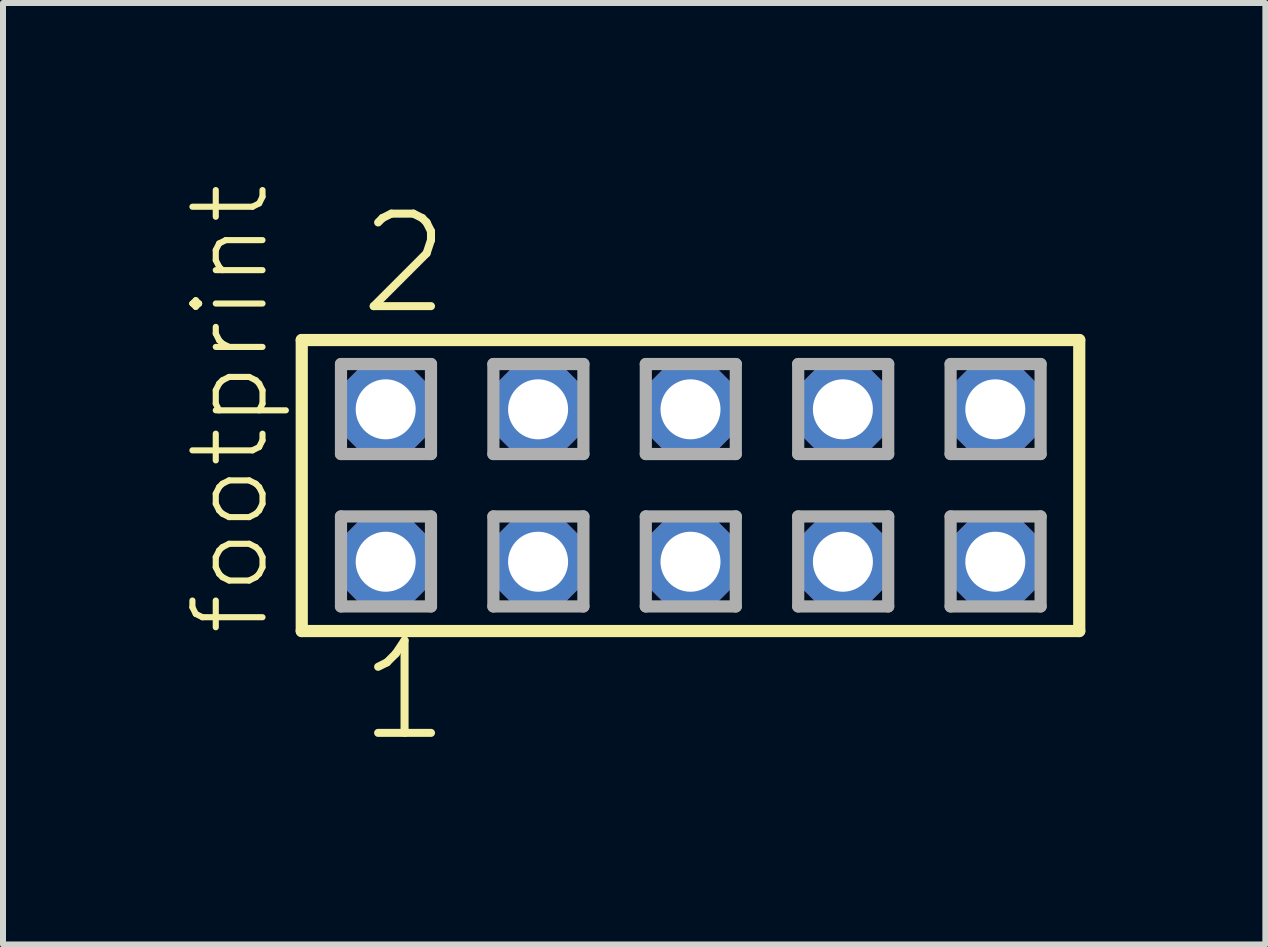
<source format=kicad_pcb>
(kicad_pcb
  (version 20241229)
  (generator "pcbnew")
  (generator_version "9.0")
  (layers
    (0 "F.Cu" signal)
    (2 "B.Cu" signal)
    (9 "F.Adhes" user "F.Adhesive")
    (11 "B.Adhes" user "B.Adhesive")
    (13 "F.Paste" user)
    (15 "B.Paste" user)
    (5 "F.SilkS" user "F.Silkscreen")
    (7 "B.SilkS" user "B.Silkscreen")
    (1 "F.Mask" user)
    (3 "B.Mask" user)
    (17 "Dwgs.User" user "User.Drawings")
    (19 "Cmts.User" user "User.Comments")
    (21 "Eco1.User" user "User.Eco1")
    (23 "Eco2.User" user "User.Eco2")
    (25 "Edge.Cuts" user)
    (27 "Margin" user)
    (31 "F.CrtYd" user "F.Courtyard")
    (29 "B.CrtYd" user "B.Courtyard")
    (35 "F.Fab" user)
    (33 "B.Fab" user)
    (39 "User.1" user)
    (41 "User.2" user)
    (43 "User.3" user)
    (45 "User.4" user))
  (footprint "footprint"
    (layer "F.Cu")
    (at 8.458 5.042)
    (property "Reference" "footprint" (at -6.985 2.54 90) (layer "F.SilkS") (effects (font (size 1.168 1.168) (thickness 0.102)) (justify left bottom)))
    (fp_line (start -6.479 -2.425) (end 6.479 -2.425) (stroke (width 0.203) (type solid)) (layer "F.SilkS"))
    (fp_line (start -6.479 2.425) (end -6.479 -2.425) (stroke (width 0.203) (type solid)) (layer "F.SilkS"))
    (fp_line (start 6.479 -2.425) (end 6.479 2.425) (stroke (width 0.203) (type solid)) (layer "F.SilkS"))
    (fp_line (start 6.479 2.425) (end -6.479 2.425) (stroke (width 0.203) (type solid)) (layer "F.SilkS"))
    (fp_line (start -5.825 -2.025) (end -4.325 -2.025) (stroke (width 0.203) (type solid)) (layer "F.Fab"))
    (fp_line (start -5.825 -0.525) (end -5.825 -2.025) (stroke (width 0.203) (type solid)) (layer "F.Fab"))
    (fp_line (start -5.825 0.515) (end -4.325 0.515) (stroke (width 0.203) (type solid)) (layer "F.Fab"))
    (fp_line (start -5.825 2.015) (end -5.825 0.515) (stroke (width 0.203) (type solid)) (layer "F.Fab"))
    (fp_line (start -4.325 -2.025) (end -4.325 -0.525) (stroke (width 0.203) (type solid)) (layer "F.Fab"))
    (fp_line (start -4.325 -0.525) (end -5.825 -0.525) (stroke (width 0.203) (type solid)) (layer "F.Fab"))
    (fp_line (start -4.325 0.515) (end -4.325 2.015) (stroke (width 0.203) (type solid)) (layer "F.Fab"))
    (fp_line (start -4.325 2.015) (end -5.825 2.015) (stroke (width 0.203) (type solid)) (layer "F.Fab"))
    (fp_line (start -3.285 -2.025) (end -1.785 -2.025) (stroke (width 0.203) (type solid)) (layer "F.Fab"))
    (fp_line (start -3.285 -0.525) (end -3.285 -2.025) (stroke (width 0.203) (type solid)) (layer "F.Fab"))
    (fp_line (start -3.285 0.515) (end -1.785 0.515) (stroke (width 0.203) (type solid)) (layer "F.Fab"))
    (fp_line (start -3.285 2.015) (end -3.285 0.515) (stroke (width 0.203) (type solid)) (layer "F.Fab"))
    (fp_line (start -1.785 -2.025) (end -1.785 -0.525) (stroke (width 0.203) (type solid)) (layer "F.Fab"))
    (fp_line (start -1.785 -0.525) (end -3.285 -0.525) (stroke (width 0.203) (type solid)) (layer "F.Fab"))
    (fp_line (start -1.785 0.515) (end -1.785 2.015) (stroke (width 0.203) (type solid)) (layer "F.Fab"))
    (fp_line (start -1.785 2.015) (end -3.285 2.015) (stroke (width 0.203) (type solid)) (layer "F.Fab"))
    (fp_line (start -0.745 -2.025) (end 0.755 -2.025) (stroke (width 0.203) (type solid)) (layer "F.Fab"))
    (fp_line (start -0.745 -0.525) (end -0.745 -2.025) (stroke (width 0.203) (type solid)) (layer "F.Fab"))
    (fp_line (start -0.745 0.515) (end 0.755 0.515) (stroke (width 0.203) (type solid)) (layer "F.Fab"))
    (fp_line (start -0.745 2.015) (end -0.745 0.515) (stroke (width 0.203) (type solid)) (layer "F.Fab"))
    (fp_line (start 0.755 -2.025) (end 0.755 -0.525) (stroke (width 0.203) (type solid)) (layer "F.Fab"))
    (fp_line (start 0.755 -0.525) (end -0.745 -0.525) (stroke (width 0.203) (type solid)) (layer "F.Fab"))
    (fp_line (start 0.755 0.515) (end 0.755 2.015) (stroke (width 0.203) (type solid)) (layer "F.Fab"))
    (fp_line (start 0.755 2.015) (end -0.745 2.015) (stroke (width 0.203) (type solid)) (layer "F.Fab"))
    (fp_line (start 1.795 -2.025) (end 3.295 -2.025) (stroke (width 0.203) (type solid)) (layer "F.Fab"))
    (fp_line (start 1.795 -0.525) (end 1.795 -2.025) (stroke (width 0.203) (type solid)) (layer "F.Fab"))
    (fp_line (start 1.795 0.515) (end 3.295 0.515) (stroke (width 0.203) (type solid)) (layer "F.Fab"))
    (fp_line (start 1.795 2.015) (end 1.795 0.515) (stroke (width 0.203) (type solid)) (layer "F.Fab"))
    (fp_line (start 3.295 -2.025) (end 3.295 -0.525) (stroke (width 0.203) (type solid)) (layer "F.Fab"))
    (fp_line (start 3.295 -0.525) (end 1.795 -0.525) (stroke (width 0.203) (type solid)) (layer "F.Fab"))
    (fp_line (start 3.295 0.515) (end 3.295 2.015) (stroke (width 0.203) (type solid)) (layer "F.Fab"))
    (fp_line (start 3.295 2.015) (end 1.795 2.015) (stroke (width 0.203) (type solid)) (layer "F.Fab"))
    (fp_line (start 4.335 -2.025) (end 5.835 -2.025) (stroke (width 0.203) (type solid)) (layer "F.Fab"))
    (fp_line (start 4.335 -0.525) (end 4.335 -2.025) (stroke (width 0.203) (type solid)) (layer "F.Fab"))
    (fp_line (start 4.335 0.515) (end 5.835 0.515) (stroke (width 0.203) (type solid)) (layer "F.Fab"))
    (fp_line (start 4.335 2.015) (end 4.335 0.515) (stroke (width 0.203) (type solid)) (layer "F.Fab"))
    (fp_line (start 5.835 -2.025) (end 5.835 -0.525) (stroke (width 0.203) (type solid)) (layer "F.Fab"))
    (fp_line (start 5.835 -0.525) (end 4.335 -0.525) (stroke (width 0.203) (type solid)) (layer "F.Fab"))
    (fp_line (start 5.835 0.515) (end 5.835 2.015) (stroke (width 0.203) (type solid)) (layer "F.Fab"))
    (fp_line (start 5.835 2.015) (end 4.335 2.015) (stroke (width 0.203) (type solid)) (layer "F.Fab"))
    (fp_text user "1" (at -5.588 4.318 0) (layer "F.SilkS") (effects (font (size 1.542 1.542) (thickness 0.134)) (justify left bottom)))
    (fp_text user "2" (at -5.588 -2.794 0) (layer "F.SilkS") (effects (font (size 1.542 1.542) (thickness 0.134)) (justify left bottom)))
    (pad "1" thru_hole roundrect (at -5.08 1.27) (size 1.5 1.5) (drill 1) (layers "*.Cu" "*.Mask") (roundrect_rratio 0.25) (chamfer_ratio 0.25) (chamfer top_left top_right bottom_left bottom_right))
    (pad "2" thru_hole roundrect (at -5.08 -1.27) (size 1.5 1.5) (drill 1) (layers "*.Cu" "*.Mask") (roundrect_rratio 0.25) (chamfer_ratio 0.25) (chamfer top_left top_right bottom_left bottom_right))
    (pad "3" thru_hole roundrect (at -2.54 1.27) (size 1.5 1.5) (drill 1) (layers "*.Cu" "*.Mask") (roundrect_rratio 0.25) (chamfer_ratio 0.25) (chamfer top_left top_right bottom_left bottom_right))
    (pad "4" thru_hole roundrect (at -2.54 -1.27) (size 1.5 1.5) (drill 1) (layers "*.Cu" "*.Mask") (roundrect_rratio 0.25) (chamfer_ratio 0.25) (chamfer top_left top_right bottom_left bottom_right))
    (pad "5" thru_hole roundrect (at 0 1.27) (size 1.5 1.5) (drill 1) (layers "*.Cu" "*.Mask") (roundrect_rratio 0.25) (chamfer_ratio 0.25) (chamfer top_left top_right bottom_left bottom_right))
    (pad "6" thru_hole roundrect (at 0 -1.27) (size 1.5 1.5) (drill 1) (layers "*.Cu" "*.Mask") (roundrect_rratio 0.25) (chamfer_ratio 0.25) (chamfer top_left top_right bottom_left bottom_right))
    (pad "7" thru_hole roundrect (at 2.54 1.27) (size 1.5 1.5) (drill 1) (layers "*.Cu" "*.Mask") (roundrect_rratio 0.25) (chamfer_ratio 0.25) (chamfer top_left top_right bottom_left bottom_right))
    (pad "8" thru_hole roundrect (at 2.54 -1.27) (size 1.5 1.5) (drill 1) (layers "*.Cu" "*.Mask") (roundrect_rratio 0.25) (chamfer_ratio 0.25) (chamfer top_left top_right bottom_left bottom_right))
    (pad "9" thru_hole roundrect (at 5.08 1.27) (size 1.5 1.5) (drill 1) (layers "*.Cu" "*.Mask") (roundrect_rratio 0.25) (chamfer_ratio 0.25) (chamfer top_left top_right bottom_left bottom_right))
    (pad "10" thru_hole roundrect (at 5.08 -1.27) (size 1.5 1.5) (drill 1) (layers "*.Cu" "*.Mask") (roundrect_rratio 0.25) (chamfer_ratio 0.25) (chamfer top_left top_right bottom_left bottom_right)))
  (gr_rect
    (start -3 -3)
    (end 18.039 12.691)
    (stroke (width 0.1) (type default))
    (fill no)
    (layer "Edge.Cuts")))
</source>
